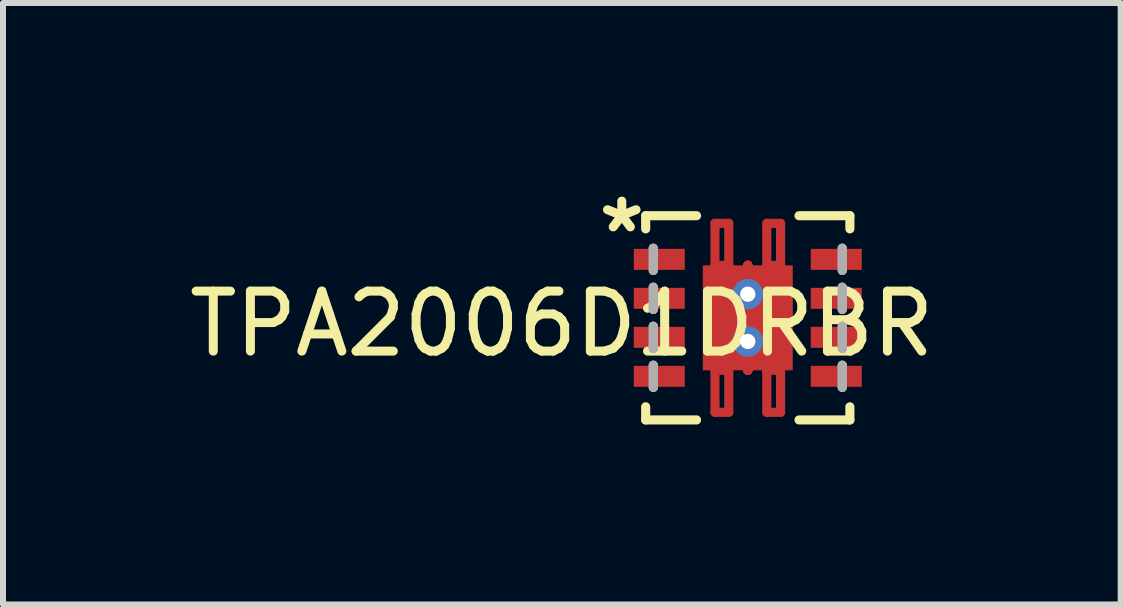
<source format=kicad_pcb>
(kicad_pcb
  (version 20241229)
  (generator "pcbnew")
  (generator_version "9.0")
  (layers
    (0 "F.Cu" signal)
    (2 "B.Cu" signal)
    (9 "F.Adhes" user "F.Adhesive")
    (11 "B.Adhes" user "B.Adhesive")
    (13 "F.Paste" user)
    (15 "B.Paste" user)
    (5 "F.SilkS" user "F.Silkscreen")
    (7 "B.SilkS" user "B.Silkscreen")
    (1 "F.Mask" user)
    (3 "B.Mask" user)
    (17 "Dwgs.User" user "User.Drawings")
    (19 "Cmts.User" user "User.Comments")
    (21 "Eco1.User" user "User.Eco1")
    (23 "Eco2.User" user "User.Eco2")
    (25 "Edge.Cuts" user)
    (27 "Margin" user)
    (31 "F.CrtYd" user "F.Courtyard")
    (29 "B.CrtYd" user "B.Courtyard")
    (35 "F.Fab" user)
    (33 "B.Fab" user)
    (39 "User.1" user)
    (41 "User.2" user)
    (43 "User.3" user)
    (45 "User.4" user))
  (footprint "TPA2006D1DRBR"
    (layer "F.Cu")
    (at 9.415 2.248)
    (property "Reference" "TPA2006D1DRBR" (at -3.1 0.1 0) (layer "F.SilkS") (effects (font (size 1 1) (thickness 0.15))))
    (attr through_hole)
    (fp_line (start -0.547 -1.575) (end -0.317 -1.575) (stroke (width 0.152) (type solid)) (layer "F.Cu"))
    (fp_line (start -0.547 -0.875) (end -0.547 -1.575) (stroke (width 0.152) (type solid)) (layer "F.Cu"))
    (fp_line (start -0.547 0.875) (end -0.547 1.575) (stroke (width 0.152) (type solid)) (layer "F.Cu"))
    (fp_line (start -0.547 1.575) (end -0.317 1.575) (stroke (width 0.152) (type solid)) (layer "F.Cu"))
    (fp_line (start -0.317 -1.575) (end -0.317 -0.875) (stroke (width 0.152) (type solid)) (layer "F.Cu"))
    (fp_line (start -0.317 -0.875) (end -0.547 -0.875) (stroke (width 0.152) (type solid)) (layer "F.Cu"))
    (fp_line (start -0.317 0.875) (end -0.547 0.875) (stroke (width 0.152) (type solid)) (layer "F.Cu"))
    (fp_line (start -0.317 1.575) (end -0.317 0.875) (stroke (width 0.152) (type solid)) (layer "F.Cu"))
    (fp_line (start 0 -0.875) (end 0 -0.875) (stroke (width 0.152) (type solid)) (layer "F.Cu"))
    (fp_line (start 0 -0.875) (end 0 -0.875) (stroke (width 0.152) (type solid)) (layer "F.Cu"))
    (fp_line (start 0 -0.875) (end 0 -0.875) (stroke (width 0.152) (type solid)) (layer "F.Cu"))
    (fp_line (start 0 -0.875) (end 0 -0.875) (stroke (width 0.152) (type solid)) (layer "F.Cu"))
    (fp_line (start 0 -0.875) (end 0 -0.875) (stroke (width 0.152) (type solid)) (layer "F.Cu"))
    (fp_line (start 0 -0.875) (end 0 -0.875) (stroke (width 0.152) (type solid)) (layer "F.Cu"))
    (fp_line (start 0 -0.875) (end 0 -0.875) (stroke (width 0.152) (type solid)) (layer "F.Cu"))
    (fp_line (start 0 -0.875) (end 0 -0.875) (stroke (width 0.152) (type solid)) (layer "F.Cu"))
    (fp_line (start 0 0.875) (end 0 0.875) (stroke (width 0.152) (type solid)) (layer "F.Cu"))
    (fp_line (start 0 0.875) (end 0 0.875) (stroke (width 0.152) (type solid)) (layer "F.Cu"))
    (fp_line (start 0 0.875) (end 0 0.875) (stroke (width 0.152) (type solid)) (layer "F.Cu"))
    (fp_line (start 0 0.875) (end 0 0.875) (stroke (width 0.152) (type solid)) (layer "F.Cu"))
    (fp_line (start 0 0.875) (end 0 0.875) (stroke (width 0.152) (type solid)) (layer "F.Cu"))
    (fp_line (start 0 0.875) (end 0 0.875) (stroke (width 0.152) (type solid)) (layer "F.Cu"))
    (fp_line (start 0 0.875) (end 0 0.875) (stroke (width 0.152) (type solid)) (layer "F.Cu"))
    (fp_line (start 0 0.875) (end 0 0.875) (stroke (width 0.152) (type solid)) (layer "F.Cu"))
    (fp_line (start 0.317 -1.575) (end 0.317 -0.875) (stroke (width 0.152) (type solid)) (layer "F.Cu"))
    (fp_line (start 0.317 -0.875) (end 0.547 -0.875) (stroke (width 0.152) (type solid)) (layer "F.Cu"))
    (fp_line (start 0.317 0.875) (end 0.547 0.875) (stroke (width 0.152) (type solid)) (layer "F.Cu"))
    (fp_line (start 0.317 1.575) (end 0.317 0.875) (stroke (width 0.152) (type solid)) (layer "F.Cu"))
    (fp_line (start 0.547 -1.575) (end 0.317 -1.575) (stroke (width 0.152) (type solid)) (layer "F.Cu"))
    (fp_line (start 0.547 -0.875) (end 0.547 -1.575) (stroke (width 0.152) (type solid)) (layer "F.Cu"))
    (fp_line (start 0.547 0.875) (end 0.547 1.575) (stroke (width 0.152) (type solid)) (layer "F.Cu"))
    (fp_line (start 0.547 1.575) (end 0.317 1.575) (stroke (width 0.152) (type solid)) (layer "F.Cu"))
    (fp_line (start -1.97 -1.22) (end -1.97 -0.73) (stroke (width 0.152) (type solid)) (layer "F.Mask"))
    (fp_line (start -1.97 -0.73) (end -0.98 -0.73) (stroke (width 0.152) (type solid)) (layer "F.Mask"))
    (fp_line (start -1.97 -0.57) (end -1.97 -0.08) (stroke (width 0.152) (type solid)) (layer "F.Mask"))
    (fp_line (start -1.97 -0.08) (end -0.98 -0.08) (stroke (width 0.152) (type solid)) (layer "F.Mask"))
    (fp_line (start -1.97 0.08) (end -1.97 0.57) (stroke (width 0.152) (type solid)) (layer "F.Mask"))
    (fp_line (start -1.97 0.57) (end -0.98 0.57) (stroke (width 0.152) (type solid)) (layer "F.Mask"))
    (fp_line (start -1.97 0.73) (end -1.97 1.22) (stroke (width 0.152) (type solid)) (layer "F.Mask"))
    (fp_line (start -1.97 1.22) (end -0.98 1.22) (stroke (width 0.152) (type solid)) (layer "F.Mask"))
    (fp_line (start -0.98 -1.22) (end -1.97 -1.22) (stroke (width 0.152) (type solid)) (layer "F.Mask"))
    (fp_line (start -0.98 -0.73) (end -0.98 -1.22) (stroke (width 0.152) (type solid)) (layer "F.Mask"))
    (fp_line (start -0.98 -0.57) (end -1.97 -0.57) (stroke (width 0.152) (type solid)) (layer "F.Mask"))
    (fp_line (start -0.98 -0.08) (end -0.98 -0.57) (stroke (width 0.152) (type solid)) (layer "F.Mask"))
    (fp_line (start -0.98 0.08) (end -1.97 0.08) (stroke (width 0.152) (type solid)) (layer "F.Mask"))
    (fp_line (start -0.98 0.57) (end -0.98 0.08) (stroke (width 0.152) (type solid)) (layer "F.Mask"))
    (fp_line (start -0.98 0.73) (end -1.97 0.73) (stroke (width 0.152) (type solid)) (layer "F.Mask"))
    (fp_line (start -0.98 1.22) (end -0.98 0.73) (stroke (width 0.152) (type solid)) (layer "F.Mask"))
    (fp_line (start -0.814 -0.939) (end -0.2 -0.939) (stroke (width 0.152) (type solid)) (layer "F.Mask"))
    (fp_line (start -0.814 -0.939) (end 0.814 -0.939) (stroke (width 0.152) (type solid)) (layer "F.Mask"))
    (fp_line (start -0.814 -0.594) (end -0.814 -0.939) (stroke (width 0.152) (type solid)) (layer "F.Mask"))
    (fp_line (start -0.814 -0.194) (end 0.814 -0.194) (stroke (width 0.152) (type solid)) (layer "F.Mask"))
    (fp_line (start -0.814 0.194) (end -0.814 -0.194) (stroke (width 0.152) (type solid)) (layer "F.Mask"))
    (fp_line (start -0.814 0.594) (end 0.814 0.594) (stroke (width 0.152) (type solid)) (layer "F.Mask"))
    (fp_line (start -0.814 0.939) (end -0.814 -0.939) (stroke (width 0.152) (type solid)) (layer "F.Mask"))
    (fp_line (start -0.814 0.939) (end -0.814 0.594) (stroke (width 0.152) (type solid)) (layer "F.Mask"))
    (fp_line (start -0.547 -1.575) (end -0.317 -1.575) (stroke (width 0.152) (type solid)) (layer "F.Mask"))
    (fp_line (start -0.547 -0.875) (end -0.547 -1.575) (stroke (width 0.152) (type solid)) (layer "F.Mask"))
    (fp_line (start -0.547 0.875) (end -0.547 1.575) (stroke (width 0.152) (type solid)) (layer "F.Mask"))
    (fp_line (start -0.547 1.575) (end -0.317 1.575) (stroke (width 0.152) (type solid)) (layer "F.Mask"))
    (fp_line (start -0.317 -1.575) (end -0.317 -0.875) (stroke (width 0.152) (type solid)) (layer "F.Mask"))
    (fp_line (start -0.317 -0.875) (end -0.547 -0.875) (stroke (width 0.152) (type solid)) (layer "F.Mask"))
    (fp_line (start -0.317 0.875) (end -0.547 0.875) (stroke (width 0.152) (type solid)) (layer "F.Mask"))
    (fp_line (start -0.317 1.575) (end -0.317 0.875) (stroke (width 0.152) (type solid)) (layer "F.Mask"))
    (fp_line (start -0.2 -0.939) (end -0.2 0.939) (stroke (width 0.152) (type solid)) (layer "F.Mask"))
    (fp_line (start -0.2 0.939) (end -0.814 0.939) (stroke (width 0.152) (type solid)) (layer "F.Mask"))
    (fp_line (start 0 -0.875) (end 0 -0.875) (stroke (width 0.152) (type solid)) (layer "F.Mask"))
    (fp_line (start 0 -0.875) (end 0 -0.875) (stroke (width 0.152) (type solid)) (layer "F.Mask"))
    (fp_line (start 0 -0.875) (end 0 -0.875) (stroke (width 0.152) (type solid)) (layer "F.Mask"))
    (fp_line (start 0 -0.875) (end 0 -0.875) (stroke (width 0.152) (type solid)) (layer "F.Mask"))
    (fp_line (start 0 -0.875) (end 0 -0.875) (stroke (width 0.152) (type solid)) (layer "F.Mask"))
    (fp_line (start 0 -0.875) (end 0 -0.875) (stroke (width 0.152) (type solid)) (layer "F.Mask"))
    (fp_line (start 0 -0.875) (end 0 -0.875) (stroke (width 0.152) (type solid)) (layer "F.Mask"))
    (fp_line (start 0 -0.875) (end 0 -0.875) (stroke (width 0.152) (type solid)) (layer "F.Mask"))
    (fp_line (start 0 0.875) (end 0 0.875) (stroke (width 0.152) (type solid)) (layer "F.Mask"))
    (fp_line (start 0 0.875) (end 0 0.875) (stroke (width 0.152) (type solid)) (layer "F.Mask"))
    (fp_line (start 0 0.875) (end 0 0.875) (stroke (width 0.152) (type solid)) (layer "F.Mask"))
    (fp_line (start 0 0.875) (end 0 0.875) (stroke (width 0.152) (type solid)) (layer "F.Mask"))
    (fp_line (start 0 0.875) (end 0 0.875) (stroke (width 0.152) (type solid)) (layer "F.Mask"))
    (fp_line (start 0 0.875) (end 0 0.875) (stroke (width 0.152) (type solid)) (layer "F.Mask"))
    (fp_line (start 0 0.875) (end 0 0.875) (stroke (width 0.152) (type solid)) (layer "F.Mask"))
    (fp_line (start 0 0.875) (end 0 0.875) (stroke (width 0.152) (type solid)) (layer "F.Mask"))
    (fp_line (start 0.2 -0.939) (end 0.814 -0.939) (stroke (width 0.152) (type solid)) (layer "F.Mask"))
    (fp_line (start 0.2 0.939) (end 0.2 -0.939) (stroke (width 0.152) (type solid)) (layer "F.Mask"))
    (fp_line (start 0.317 -1.575) (end 0.317 -0.875) (stroke (width 0.152) (type solid)) (layer "F.Mask"))
    (fp_line (start 0.317 -0.875) (end 0.547 -0.875) (stroke (width 0.152) (type solid)) (layer "F.Mask"))
    (fp_line (start 0.317 0.875) (end 0.547 0.875) (stroke (width 0.152) (type solid)) (layer "F.Mask"))
    (fp_line (start 0.317 1.575) (end 0.317 0.875) (stroke (width 0.152) (type solid)) (layer "F.Mask"))
    (fp_line (start 0.547 -1.575) (end 0.317 -1.575) (stroke (width 0.152) (type solid)) (layer "F.Mask"))
    (fp_line (start 0.547 -0.875) (end 0.547 -1.575) (stroke (width 0.152) (type solid)) (layer "F.Mask"))
    (fp_line (start 0.547 0.875) (end 0.547 1.575) (stroke (width 0.152) (type solid)) (layer "F.Mask"))
    (fp_line (start 0.547 1.575) (end 0.317 1.575) (stroke (width 0.152) (type solid)) (layer "F.Mask"))
    (fp_line (start 0.814 -0.939) (end 0.814 -0.594) (stroke (width 0.152) (type solid)) (layer "F.Mask"))
    (fp_line (start 0.814 -0.939) (end 0.814 0.939) (stroke (width 0.152) (type solid)) (layer "F.Mask"))
    (fp_line (start 0.814 -0.594) (end -0.814 -0.594) (stroke (width 0.152) (type solid)) (layer "F.Mask"))
    (fp_line (start 0.814 -0.194) (end 0.814 0.194) (stroke (width 0.152) (type solid)) (layer "F.Mask"))
    (fp_line (start 0.814 0.194) (end -0.814 0.194) (stroke (width 0.152) (type solid)) (layer "F.Mask"))
    (fp_line (start 0.814 0.594) (end 0.814 0.939) (stroke (width 0.152) (type solid)) (layer "F.Mask"))
    (fp_line (start 0.814 0.939) (end -0.814 0.939) (stroke (width 0.152) (type solid)) (layer "F.Mask"))
    (fp_line (start 0.814 0.939) (end 0.2 0.939) (stroke (width 0.152) (type solid)) (layer "F.Mask"))
    (fp_line (start 0.98 -1.22) (end 0.98 -0.73) (stroke (width 0.152) (type solid)) (layer "F.Mask"))
    (fp_line (start 0.98 -0.73) (end 1.97 -0.73) (stroke (width 0.152) (type solid)) (layer "F.Mask"))
    (fp_line (start 0.98 -0.57) (end 0.98 -0.08) (stroke (width 0.152) (type solid)) (layer "F.Mask"))
    (fp_line (start 0.98 -0.08) (end 1.97 -0.08) (stroke (width 0.152) (type solid)) (layer "F.Mask"))
    (fp_line (start 0.98 0.08) (end 0.98 0.57) (stroke (width 0.152) (type solid)) (layer "F.Mask"))
    (fp_line (start 0.98 0.57) (end 1.97 0.57) (stroke (width 0.152) (type solid)) (layer "F.Mask"))
    (fp_line (start 0.98 0.73) (end 0.98 1.22) (stroke (width 0.152) (type solid)) (layer "F.Mask"))
    (fp_line (start 0.98 1.22) (end 1.97 1.22) (stroke (width 0.152) (type solid)) (layer "F.Mask"))
    (fp_line (start 1.97 -1.22) (end 0.98 -1.22) (stroke (width 0.152) (type solid)) (layer "F.Mask"))
    (fp_line (start 1.97 -0.73) (end 1.97 -1.22) (stroke (width 0.152) (type solid)) (layer "F.Mask"))
    (fp_line (start 1.97 -0.57) (end 0.98 -0.57) (stroke (width 0.152) (type solid)) (layer "F.Mask"))
    (fp_line (start 1.97 -0.08) (end 1.97 -0.57) (stroke (width 0.152) (type solid)) (layer "F.Mask"))
    (fp_line (start 1.97 0.08) (end 0.98 0.08) (stroke (width 0.152) (type solid)) (layer "F.Mask"))
    (fp_line (start 1.97 0.57) (end 1.97 0.08) (stroke (width 0.152) (type solid)) (layer "F.Mask"))
    (fp_line (start 1.97 0.73) (end 0.98 0.73) (stroke (width 0.152) (type solid)) (layer "F.Mask"))
    (fp_line (start 1.97 1.22) (end 1.97 0.73) (stroke (width 0.152) (type solid)) (layer "F.Mask"))
    (fp_line (start -1.702 -1.702) (end -1.702 -1.483) (stroke (width 0.152) (type solid)) (layer "F.SilkS"))
    (fp_line (start -1.702 1.483) (end -1.702 1.702) (stroke (width 0.152) (type solid)) (layer "F.SilkS"))
    (fp_line (start -1.702 1.702) (end -0.854 1.702) (stroke (width 0.152) (type solid)) (layer "F.SilkS"))
    (fp_line (start -0.854 -1.702) (end -1.702 -1.702) (stroke (width 0.152) (type solid)) (layer "F.SilkS"))
    (fp_line (start 0.854 1.702) (end 1.702 1.702) (stroke (width 0.152) (type solid)) (layer "F.SilkS"))
    (fp_line (start 1.702 -1.702) (end 0.854 -1.702) (stroke (width 0.152) (type solid)) (layer "F.SilkS"))
    (fp_line (start 1.702 -1.483) (end 1.702 -1.702) (stroke (width 0.152) (type solid)) (layer "F.SilkS"))
    (fp_line (start 1.702 1.702) (end 1.702 1.483) (stroke (width 0.152) (type solid)) (layer "F.SilkS"))
    (fp_line (start -1.875 -1.125) (end -1.875 -0.825) (stroke (width 0.152) (type solid)) (layer "F.Paste"))
    (fp_line (start -1.875 -0.825) (end -1.075 -0.825) (stroke (width 0.152) (type solid)) (layer "F.Paste"))
    (fp_line (start -1.875 -0.475) (end -1.875 -0.175) (stroke (width 0.152) (type solid)) (layer "F.Paste"))
    (fp_line (start -1.875 -0.175) (end -1.075 -0.175) (stroke (width 0.152) (type solid)) (layer "F.Paste"))
    (fp_line (start -1.875 0.175) (end -1.875 0.475) (stroke (width 0.152) (type solid)) (layer "F.Paste"))
    (fp_line (start -1.875 0.475) (end -1.075 0.475) (stroke (width 0.152) (type solid)) (layer "F.Paste"))
    (fp_line (start -1.875 0.825) (end -1.875 1.125) (stroke (width 0.152) (type solid)) (layer "F.Paste"))
    (fp_line (start -1.875 1.125) (end -1.075 1.125) (stroke (width 0.152) (type solid)) (layer "F.Paste"))
    (fp_line (start -1.075 -1.125) (end -1.875 -1.125) (stroke (width 0.152) (type solid)) (layer "F.Paste"))
    (fp_line (start -1.075 -0.825) (end -1.075 -1.125) (stroke (width 0.152) (type solid)) (layer "F.Paste"))
    (fp_line (start -1.075 -0.475) (end -1.875 -0.475) (stroke (width 0.152) (type solid)) (layer "F.Paste"))
    (fp_line (start -1.075 -0.175) (end -1.075 -0.475) (stroke (width 0.152) (type solid)) (layer "F.Paste"))
    (fp_line (start -1.075 0.175) (end -1.875 0.175) (stroke (width 0.152) (type solid)) (layer "F.Paste"))
    (fp_line (start -1.075 0.475) (end -1.075 0.175) (stroke (width 0.152) (type solid)) (layer "F.Paste"))
    (fp_line (start -1.075 0.825) (end -1.875 0.825) (stroke (width 0.152) (type solid)) (layer "F.Paste"))
    (fp_line (start -1.075 1.125) (end -1.075 0.825) (stroke (width 0.152) (type solid)) (layer "F.Paste"))
    (fp_line (start -0.675 -0.8) (end -0.675 -0.494) (stroke (width 0.152) (type solid)) (layer "F.Paste"))
    (fp_line (start -0.675 -0.494) (end -0.241 -0.494) (stroke (width 0.152) (type solid)) (layer "F.Paste"))
    (fp_line (start -0.675 -0.294) (end -0.675 0.294) (stroke (width 0.152) (type solid)) (layer "F.Paste"))
    (fp_line (start -0.675 0.294) (end -0.241 0.294) (stroke (width 0.152) (type solid)) (layer "F.Paste"))
    (fp_line (start -0.675 0.494) (end -0.675 0.8) (stroke (width 0.152) (type solid)) (layer "F.Paste"))
    (fp_line (start -0.675 0.8) (end -0.1 0.8) (stroke (width 0.152) (type solid)) (layer "F.Paste"))
    (fp_line (start -0.496 -1.524) (end -0.368 -1.524) (stroke (width 0.152) (type solid)) (layer "F.Paste"))
    (fp_line (start -0.496 -0.926) (end -0.496 -1.524) (stroke (width 0.152) (type solid)) (layer "F.Paste"))
    (fp_line (start -0.496 0.926) (end -0.496 1.524) (stroke (width 0.152) (type solid)) (layer "F.Paste"))
    (fp_line (start -0.496 1.524) (end -0.368 1.524) (stroke (width 0.152) (type solid)) (layer "F.Paste"))
    (fp_line (start -0.368 -1.524) (end -0.368 -0.926) (stroke (width 0.152) (type solid)) (layer "F.Paste"))
    (fp_line (start -0.368 -0.926) (end -0.496 -0.926) (stroke (width 0.152) (type solid)) (layer "F.Paste"))
    (fp_line (start -0.368 0.926) (end -0.496 0.926) (stroke (width 0.152) (type solid)) (layer "F.Paste"))
    (fp_line (start -0.368 1.524) (end -0.368 0.926) (stroke (width 0.152) (type solid)) (layer "F.Paste"))
    (fp_line (start -0.241 -0.494) (end -0.241 -0.494) (stroke (width 0.152) (type solid)) (layer "F.Paste"))
    (fp_line (start -0.241 -0.494) (end -0.1 -0.635) (stroke (width 0.152) (type solid)) (layer "F.Paste"))
    (fp_line (start -0.241 -0.294) (end -0.675 -0.294) (stroke (width 0.152) (type solid)) (layer "F.Paste"))
    (fp_line (start -0.241 -0.294) (end -0.241 -0.294) (stroke (width 0.152) (type solid)) (layer "F.Paste"))
    (fp_line (start -0.241 0.294) (end -0.241 0.294) (stroke (width 0.152) (type solid)) (layer "F.Paste"))
    (fp_line (start -0.241 0.294) (end -0.1 0.152) (stroke (width 0.152) (type solid)) (layer "F.Paste"))
    (fp_line (start -0.241 0.494) (end -0.675 0.494) (stroke (width 0.152) (type solid)) (layer "F.Paste"))
    (fp_line (start -0.241 0.494) (end -0.241 0.494) (stroke (width 0.152) (type solid)) (layer "F.Paste"))
    (fp_line (start -0.1 -0.8) (end -0.675 -0.8) (stroke (width 0.152) (type solid)) (layer "F.Paste"))
    (fp_line (start -0.1 -0.635) (end -0.1 -0.8) (stroke (width 0.152) (type solid)) (layer "F.Paste"))
    (fp_line (start -0.1 -0.635) (end -0.1 -0.635) (stroke (width 0.152) (type solid)) (layer "F.Paste"))
    (fp_line (start -0.1 -0.152) (end -0.241 -0.294) (stroke (width 0.152) (type solid)) (layer "F.Paste"))
    (fp_line (start -0.1 -0.152) (end -0.1 -0.152) (stroke (width 0.152) (type solid)) (layer "F.Paste"))
    (fp_line (start -0.1 0.152) (end -0.1 -0.152) (stroke (width 0.152) (type solid)) (layer "F.Paste"))
    (fp_line (start -0.1 0.152) (end -0.1 0.152) (stroke (width 0.152) (type solid)) (layer "F.Paste"))
    (fp_line (start -0.1 0.635) (end -0.241 0.494) (stroke (width 0.152) (type solid)) (layer "F.Paste"))
    (fp_line (start -0.1 0.635) (end -0.1 0.635) (stroke (width 0.152) (type solid)) (layer "F.Paste"))
    (fp_line (start -0.1 0.8) (end -0.1 0.635) (stroke (width 0.152) (type solid)) (layer "F.Paste"))
    (fp_line (start 0 -0.875) (end 0 -0.875) (stroke (width 0.152) (type solid)) (layer "F.Paste"))
    (fp_line (start 0 -0.875) (end 0 -0.875) (stroke (width 0.152) (type solid)) (layer "F.Paste"))
    (fp_line (start 0 -0.875) (end 0 -0.875) (stroke (width 0.152) (type solid)) (layer "F.Paste"))
    (fp_line (start 0 -0.875) (end 0 -0.875) (stroke (width 0.152) (type solid)) (layer "F.Paste"))
    (fp_line (start 0 -0.875) (end 0 -0.875) (stroke (width 0.152) (type solid)) (layer "F.Paste"))
    (fp_line (start 0 -0.875) (end 0 -0.875) (stroke (width 0.152) (type solid)) (layer "F.Paste"))
    (fp_line (start 0 -0.875) (end 0 -0.875) (stroke (width 0.152) (type solid)) (layer "F.Paste"))
    (fp_line (start 0 -0.875) (end 0 -0.875) (stroke (width 0.152) (type solid)) (layer "F.Paste"))
    (fp_line (start 0 0.875) (end 0 0.875) (stroke (width 0.152) (type solid)) (layer "F.Paste"))
    (fp_line (start 0 0.875) (end 0 0.875) (stroke (width 0.152) (type solid)) (layer "F.Paste"))
    (fp_line (start 0 0.875) (end 0 0.875) (stroke (width 0.152) (type solid)) (layer "F.Paste"))
    (fp_line (start 0 0.875) (end 0 0.875) (stroke (width 0.152) (type solid)) (layer "F.Paste"))
    (fp_line (start 0 0.875) (end 0 0.875) (stroke (width 0.152) (type solid)) (layer "F.Paste"))
    (fp_line (start 0 0.875) (end 0 0.875) (stroke (width 0.152) (type solid)) (layer "F.Paste"))
    (fp_line (start 0 0.875) (end 0 0.875) (stroke (width 0.152) (type solid)) (layer "F.Paste"))
    (fp_line (start 0 0.875) (end 0 0.875) (stroke (width 0.152) (type solid)) (layer "F.Paste"))
    (fp_line (start 0.1 -0.8) (end 0.1 -0.635) (stroke (width 0.152) (type solid)) (layer "F.Paste"))
    (fp_line (start 0.1 -0.635) (end 0.1 -0.635) (stroke (width 0.152) (type solid)) (layer "F.Paste"))
    (fp_line (start 0.1 -0.635) (end 0.241 -0.494) (stroke (width 0.152) (type solid)) (layer "F.Paste"))
    (fp_line (start 0.1 -0.152) (end 0.1 -0.152) (stroke (width 0.152) (type solid)) (layer "F.Paste"))
    (fp_line (start 0.1 -0.152) (end 0.1 0.152) (stroke (width 0.152) (type solid)) (layer "F.Paste"))
    (fp_line (start 0.1 0.152) (end 0.1 0.152) (stroke (width 0.152) (type solid)) (layer "F.Paste"))
    (fp_line (start 0.1 0.152) (end 0.241 0.294) (stroke (width 0.152) (type solid)) (layer "F.Paste"))
    (fp_line (start 0.1 0.635) (end 0.1 0.635) (stroke (width 0.152) (type solid)) (layer "F.Paste"))
    (fp_line (start 0.1 0.635) (end 0.1 0.8) (stroke (width 0.152) (type solid)) (layer "F.Paste"))
    (fp_line (start 0.1 0.8) (end 0.675 0.8) (stroke (width 0.152) (type solid)) (layer "F.Paste"))
    (fp_line (start 0.241 -0.494) (end 0.241 -0.494) (stroke (width 0.152) (type solid)) (layer "F.Paste"))
    (fp_line (start 0.241 -0.494) (end 0.675 -0.494) (stroke (width 0.152) (type solid)) (layer "F.Paste"))
    (fp_line (start 0.241 -0.294) (end 0.1 -0.152) (stroke (width 0.152) (type solid)) (layer "F.Paste"))
    (fp_line (start 0.241 -0.294) (end 0.241 -0.294) (stroke (width 0.152) (type solid)) (layer "F.Paste"))
    (fp_line (start 0.241 0.294) (end 0.241 0.294) (stroke (width 0.152) (type solid)) (layer "F.Paste"))
    (fp_line (start 0.241 0.294) (end 0.675 0.294) (stroke (width 0.152) (type solid)) (layer "F.Paste"))
    (fp_line (start 0.241 0.494) (end 0.1 0.635) (stroke (width 0.152) (type solid)) (layer "F.Paste"))
    (fp_line (start 0.241 0.494) (end 0.241 0.494) (stroke (width 0.152) (type solid)) (layer "F.Paste"))
    (fp_line (start 0.368 -1.524) (end 0.368 -0.926) (stroke (width 0.152) (type solid)) (layer "F.Paste"))
    (fp_line (start 0.368 -0.926) (end 0.496 -0.926) (stroke (width 0.152) (type solid)) (layer "F.Paste"))
    (fp_line (start 0.368 0.926) (end 0.496 0.926) (stroke (width 0.152) (type solid)) (layer "F.Paste"))
    (fp_line (start 0.368 1.524) (end 0.368 0.926) (stroke (width 0.152) (type solid)) (layer "F.Paste"))
    (fp_line (start 0.496 -1.524) (end 0.368 -1.524) (stroke (width 0.152) (type solid)) (layer "F.Paste"))
    (fp_line (start 0.496 -0.926) (end 0.496 -1.524) (stroke (width 0.152) (type solid)) (layer "F.Paste"))
    (fp_line (start 0.496 0.926) (end 0.496 1.524) (stroke (width 0.152) (type solid)) (layer "F.Paste"))
    (fp_line (start 0.496 1.524) (end 0.368 1.524) (stroke (width 0.152) (type solid)) (layer "F.Paste"))
    (fp_line (start 0.675 -0.8) (end 0.1 -0.8) (stroke (width 0.152) (type solid)) (layer "F.Paste"))
    (fp_line (start 0.675 -0.494) (end 0.675 -0.8) (stroke (width 0.152) (type solid)) (layer "F.Paste"))
    (fp_line (start 0.675 -0.294) (end 0.241 -0.294) (stroke (width 0.152) (type solid)) (layer "F.Paste"))
    (fp_line (start 0.675 0.294) (end 0.675 -0.294) (stroke (width 0.152) (type solid)) (layer "F.Paste"))
    (fp_line (start 0.675 0.494) (end 0.241 0.494) (stroke (width 0.152) (type solid)) (layer "F.Paste"))
    (fp_line (start 0.675 0.8) (end 0.675 0.494) (stroke (width 0.152) (type solid)) (layer "F.Paste"))
    (fp_line (start 1.075 -1.125) (end 1.075 -0.825) (stroke (width 0.152) (type solid)) (layer "F.Paste"))
    (fp_line (start 1.075 -0.825) (end 1.875 -0.825) (stroke (width 0.152) (type solid)) (layer "F.Paste"))
    (fp_line (start 1.075 -0.475) (end 1.075 -0.175) (stroke (width 0.152) (type solid)) (layer "F.Paste"))
    (fp_line (start 1.075 -0.175) (end 1.875 -0.175) (stroke (width 0.152) (type solid)) (layer "F.Paste"))
    (fp_line (start 1.075 0.175) (end 1.075 0.475) (stroke (width 0.152) (type solid)) (layer "F.Paste"))
    (fp_line (start 1.075 0.475) (end 1.875 0.475) (stroke (width 0.152) (type solid)) (layer "F.Paste"))
    (fp_line (start 1.075 0.825) (end 1.075 1.125) (stroke (width 0.152) (type solid)) (layer "F.Paste"))
    (fp_line (start 1.075 1.125) (end 1.875 1.125) (stroke (width 0.152) (type solid)) (layer "F.Paste"))
    (fp_line (start 1.875 -1.125) (end 1.075 -1.125) (stroke (width 0.152) (type solid)) (layer "F.Paste"))
    (fp_line (start 1.875 -0.825) (end 1.875 -1.125) (stroke (width 0.152) (type solid)) (layer "F.Paste"))
    (fp_line (start 1.875 -0.475) (end 1.075 -0.475) (stroke (width 0.152) (type solid)) (layer "F.Paste"))
    (fp_line (start 1.875 -0.175) (end 1.875 -0.475) (stroke (width 0.152) (type solid)) (layer "F.Paste"))
    (fp_line (start 1.875 0.175) (end 1.075 0.175) (stroke (width 0.152) (type solid)) (layer "F.Paste"))
    (fp_line (start 1.875 0.475) (end 1.875 0.175) (stroke (width 0.152) (type solid)) (layer "F.Paste"))
    (fp_line (start 1.875 0.825) (end 1.075 0.825) (stroke (width 0.152) (type solid)) (layer "F.Paste"))
    (fp_line (start 1.875 1.125) (end 1.875 0.825) (stroke (width 0.152) (type solid)) (layer "F.Paste"))
    (fp_line (start -1.575 -1.16) (end -1.575 -1.16) (stroke (width 0.152) (type solid)) (layer "F.Fab"))
    (fp_line (start -1.575 -1.16) (end -1.575 -0.79) (stroke (width 0.152) (type solid)) (layer "F.Fab"))
    (fp_line (start -1.575 -0.79) (end -1.575 -1.16) (stroke (width 0.152) (type solid)) (layer "F.Fab"))
    (fp_line (start -1.575 -0.79) (end -1.575 -0.79) (stroke (width 0.152) (type solid)) (layer "F.Fab"))
    (fp_line (start -1.575 -0.51) (end -1.575 -0.51) (stroke (width 0.152) (type solid)) (layer "F.Fab"))
    (fp_line (start -1.575 -0.51) (end -1.575 -0.14) (stroke (width 0.152) (type solid)) (layer "F.Fab"))
    (fp_line (start -1.575 -0.14) (end -1.575 -0.51) (stroke (width 0.152) (type solid)) (layer "F.Fab"))
    (fp_line (start -1.575 -0.14) (end -1.575 -0.14) (stroke (width 0.152) (type solid)) (layer "F.Fab"))
    (fp_line (start -1.575 0.14) (end -1.575 0.14) (stroke (width 0.152) (type solid)) (layer "F.Fab"))
    (fp_line (start -1.575 0.14) (end -1.575 0.51) (stroke (width 0.152) (type solid)) (layer "F.Fab"))
    (fp_line (start -1.575 0.51) (end -1.575 0.14) (stroke (width 0.152) (type solid)) (layer "F.Fab"))
    (fp_line (start -1.575 0.51) (end -1.575 0.51) (stroke (width 0.152) (type solid)) (layer "F.Fab"))
    (fp_line (start -1.575 0.79) (end -1.575 0.79) (stroke (width 0.152) (type solid)) (layer "F.Fab"))
    (fp_line (start -1.575 0.79) (end -1.575 1.16) (stroke (width 0.152) (type solid)) (layer "F.Fab"))
    (fp_line (start -1.575 1.16) (end -1.575 0.79) (stroke (width 0.152) (type solid)) (layer "F.Fab"))
    (fp_line (start -1.575 1.16) (end -1.575 1.16) (stroke (width 0.152) (type solid)) (layer "F.Fab"))
    (fp_line (start 1.575 -1.16) (end 1.575 -1.16) (stroke (width 0.152) (type solid)) (layer "F.Fab"))
    (fp_line (start 1.575 -1.16) (end 1.575 -0.79) (stroke (width 0.152) (type solid)) (layer "F.Fab"))
    (fp_line (start 1.575 -0.79) (end 1.575 -1.16) (stroke (width 0.152) (type solid)) (layer "F.Fab"))
    (fp_line (start 1.575 -0.79) (end 1.575 -0.79) (stroke (width 0.152) (type solid)) (layer "F.Fab"))
    (fp_line (start 1.575 -0.51) (end 1.575 -0.51) (stroke (width 0.152) (type solid)) (layer "F.Fab"))
    (fp_line (start 1.575 -0.51) (end 1.575 -0.14) (stroke (width 0.152) (type solid)) (layer "F.Fab"))
    (fp_line (start 1.575 -0.14) (end 1.575 -0.51) (stroke (width 0.152) (type solid)) (layer "F.Fab"))
    (fp_line (start 1.575 -0.14) (end 1.575 -0.14) (stroke (width 0.152) (type solid)) (layer "F.Fab"))
    (fp_line (start 1.575 0.14) (end 1.575 0.14) (stroke (width 0.152) (type solid)) (layer "F.Fab"))
    (fp_line (start 1.575 0.14) (end 1.575 0.51) (stroke (width 0.152) (type solid)) (layer "F.Fab"))
    (fp_line (start 1.575 0.51) (end 1.575 0.14) (stroke (width 0.152) (type solid)) (layer "F.Fab"))
    (fp_line (start 1.575 0.51) (end 1.575 0.51) (stroke (width 0.152) (type solid)) (layer "F.Fab"))
    (fp_line (start 1.575 0.79) (end 1.575 0.79) (stroke (width 0.152) (type solid)) (layer "F.Fab"))
    (fp_line (start 1.575 0.79) (end 1.575 1.16) (stroke (width 0.152) (type solid)) (layer "F.Fab"))
    (fp_line (start 1.575 1.16) (end 1.575 0.79) (stroke (width 0.152) (type solid)) (layer "F.Fab"))
    (fp_line (start 1.575 1.16) (end 1.575 1.16) (stroke (width 0.152) (type solid)) (layer "F.Fab"))
    (fp_text user "*" (at -2.1 -1.4 0) (layer "F.SilkS") (effects (font (size 1 1) (thickness 0.15))))
    (pad "1" smd rect (at -1.475 -0.975) (size 0.85 0.35) (layers "F.Cu" "F.Mask" "F.Paste"))
    (pad "2" smd rect (at -1.475 -0.325) (size 0.85 0.35) (layers "F.Cu" "F.Mask" "F.Paste"))
    (pad "3" smd rect (at -1.475 0.325) (size 0.85 0.35) (layers "F.Cu" "F.Mask" "F.Paste"))
    (pad "4" smd rect (at -1.475 0.975) (size 0.85 0.35) (layers "F.Cu" "F.Mask" "F.Paste"))
    (pad "5" smd rect (at 1.475 0.975) (size 0.85 0.35) (layers "F.Cu" "F.Mask" "F.Paste"))
    (pad "6" smd rect (at 1.475 0.325) (size 0.85 0.35) (layers "F.Cu" "F.Mask" "F.Paste"))
    (pad "7" smd rect (at 1.475 -0.325) (size 0.85 0.35) (layers "F.Cu" "F.Mask" "F.Paste"))
    (pad "8" smd rect (at 1.475 -0.975) (size 0.85 0.35) (layers "F.Cu" "F.Mask" "F.Paste"))
    (pad "9" thru_hole circle (at 0 -0.394) (size 0.508 0.508) (drill 0.254) (layers "*.Cu" "*.Mask"))
    (pad "9" smd rect (at 0 0) (size 1.5 1.75) (layers "F.Cu" "F.Mask" "F.Paste"))
    (pad "9" thru_hole circle (at 0 0.394) (size 0.508 0.508) (drill 0.254) (layers "*.Cu" "*.Mask")))
  (gr_rect
    (start -3 -3)
    (end 15.631 7.026)
    (stroke (width 0.1) (type default))
    (fill no)
    (layer "Edge.Cuts")))
</source>
